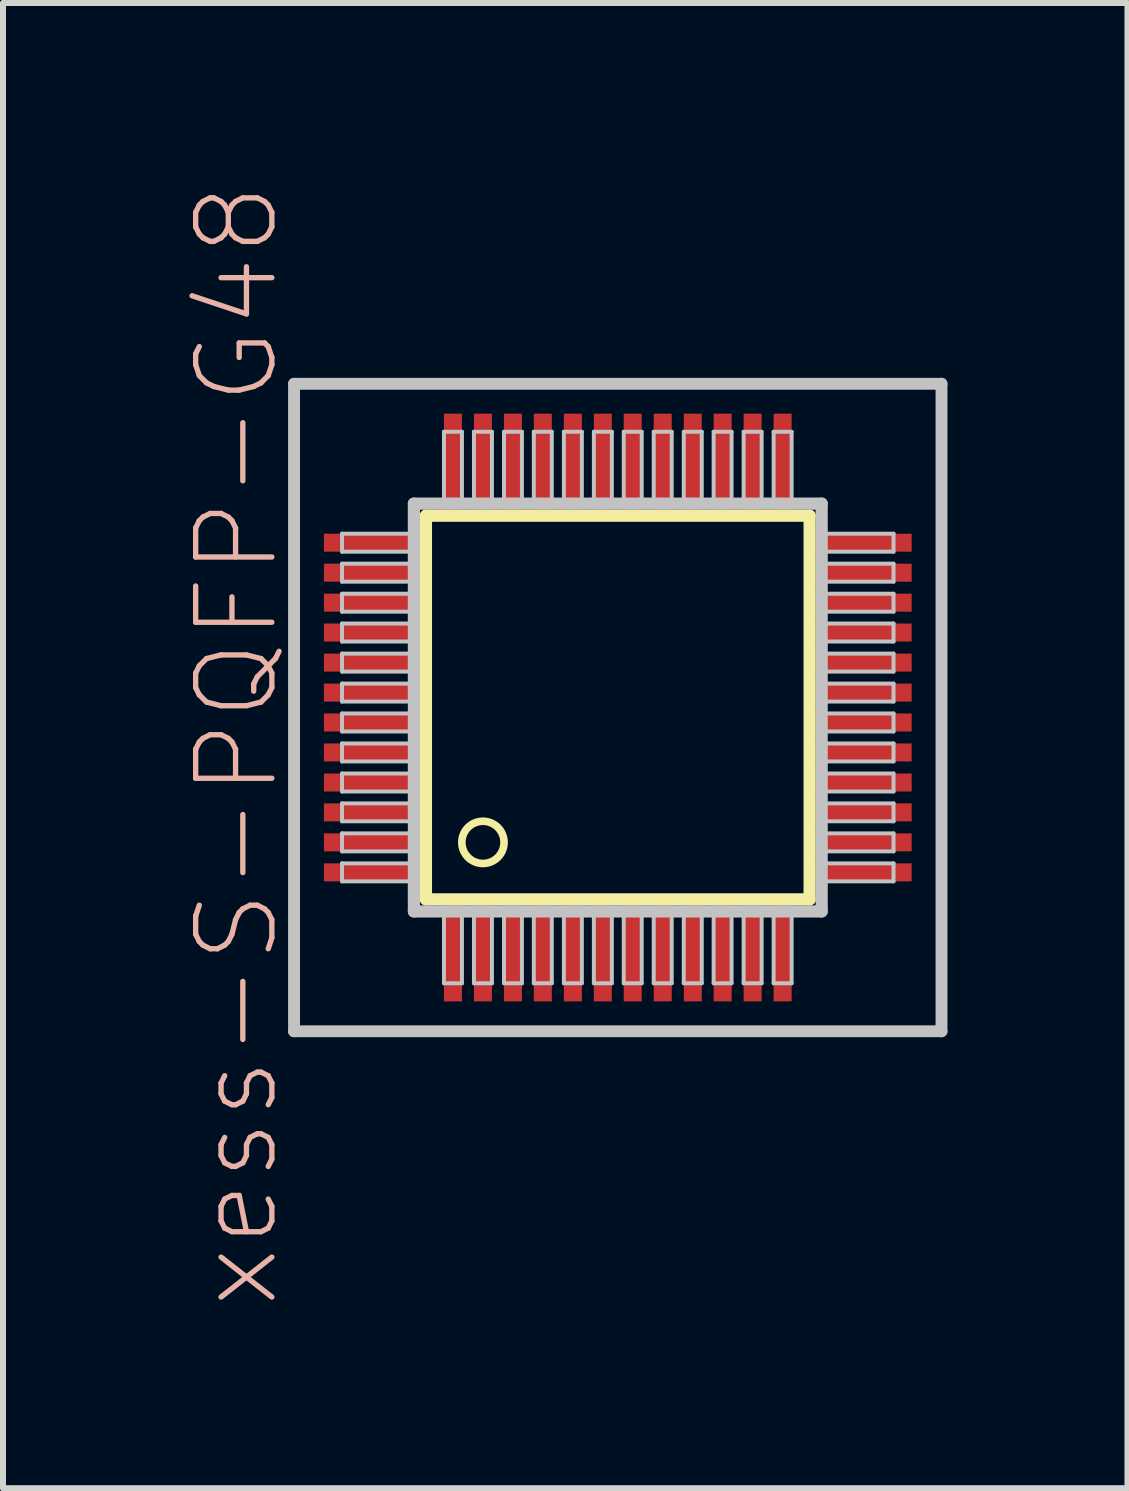
<source format=kicad_pcb>
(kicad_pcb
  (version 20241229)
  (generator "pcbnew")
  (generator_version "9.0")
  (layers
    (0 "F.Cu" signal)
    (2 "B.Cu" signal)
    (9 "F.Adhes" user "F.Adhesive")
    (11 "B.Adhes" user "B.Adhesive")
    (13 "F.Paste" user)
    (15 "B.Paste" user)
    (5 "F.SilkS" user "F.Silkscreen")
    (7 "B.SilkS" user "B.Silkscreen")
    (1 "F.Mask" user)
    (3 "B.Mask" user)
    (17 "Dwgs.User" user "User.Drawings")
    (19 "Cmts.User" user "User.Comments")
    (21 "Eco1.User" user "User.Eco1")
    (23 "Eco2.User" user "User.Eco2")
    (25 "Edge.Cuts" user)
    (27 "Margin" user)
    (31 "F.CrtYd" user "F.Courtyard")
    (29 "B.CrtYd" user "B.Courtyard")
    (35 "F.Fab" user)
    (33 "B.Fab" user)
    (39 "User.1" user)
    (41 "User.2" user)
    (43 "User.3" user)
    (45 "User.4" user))
  (footprint "xess-S-PQFP-G48"
    (layer "F.Cu")
    (at 7.249 8.745)
    (property "Reference" "xess-S-PQFP-G48" (at -6.35 0.635 90) (layer "B.SilkS") (effects (font (size 1.27 1.27) (thickness 0.089))))
    (attr smd)
    (fp_line (start -3.198 -3.198) (end 3.198 -3.198) (stroke (width 0.203) (type solid)) (layer "F.SilkS"))
    (fp_line (start -3.198 3.198) (end -3.198 -3.198) (stroke (width 0.203) (type solid)) (layer "F.SilkS"))
    (fp_line (start 3.198 -3.198) (end 3.198 3.198) (stroke (width 0.203) (type solid)) (layer "F.SilkS"))
    (fp_line (start 3.198 3.198) (end -3.198 3.198) (stroke (width 0.203) (type solid)) (layer "F.SilkS"))
    (fp_circle (center -2.248 2.248) (end -2.497 2.497) (stroke (width 0.127) (type solid)) (fill no) (layer "F.SilkS"))
    (fp_line (start -5.397 -5.397) (end 5.397 -5.397) (stroke (width 0.198) (type solid)) (layer "Dwgs.User"))
    (fp_line (start -5.397 5.397) (end -5.397 -5.397) (stroke (width 0.198) (type solid)) (layer "Dwgs.User"))
    (fp_line (start -4.597 -2.898) (end -3.449 -2.898) (stroke (width 0.066) (type solid)) (layer "Dwgs.User"))
    (fp_line (start -4.597 -2.598) (end -4.597 -2.898) (stroke (width 0.066) (type solid)) (layer "Dwgs.User"))
    (fp_line (start -4.597 -2.598) (end -3.449 -2.598) (stroke (width 0.066) (type solid)) (layer "Dwgs.User"))
    (fp_line (start -4.597 -2.398) (end -3.449 -2.398) (stroke (width 0.066) (type solid)) (layer "Dwgs.User"))
    (fp_line (start -4.597 -2.098) (end -4.597 -2.398) (stroke (width 0.066) (type solid)) (layer "Dwgs.User"))
    (fp_line (start -4.597 -2.098) (end -3.449 -2.098) (stroke (width 0.066) (type solid)) (layer "Dwgs.User"))
    (fp_line (start -4.597 -1.897) (end -3.449 -1.897) (stroke (width 0.066) (type solid)) (layer "Dwgs.User"))
    (fp_line (start -4.597 -1.598) (end -4.597 -1.897) (stroke (width 0.066) (type solid)) (layer "Dwgs.User"))
    (fp_line (start -4.597 -1.598) (end -3.449 -1.598) (stroke (width 0.066) (type solid)) (layer "Dwgs.User"))
    (fp_line (start -4.597 -1.4) (end -3.449 -1.4) (stroke (width 0.066) (type solid)) (layer "Dwgs.User"))
    (fp_line (start -4.597 -1.1) (end -4.597 -1.4) (stroke (width 0.066) (type solid)) (layer "Dwgs.User"))
    (fp_line (start -4.597 -1.1) (end -3.449 -1.1) (stroke (width 0.066) (type solid)) (layer "Dwgs.User"))
    (fp_line (start -4.597 -0.899) (end -3.449 -0.899) (stroke (width 0.066) (type solid)) (layer "Dwgs.User"))
    (fp_line (start -4.597 -0.599) (end -4.597 -0.899) (stroke (width 0.066) (type solid)) (layer "Dwgs.User"))
    (fp_line (start -4.597 -0.599) (end -3.449 -0.599) (stroke (width 0.066) (type solid)) (layer "Dwgs.User"))
    (fp_line (start -4.597 -0.399) (end -3.449 -0.399) (stroke (width 0.066) (type solid)) (layer "Dwgs.User"))
    (fp_line (start -4.597 -0.099) (end -4.597 -0.399) (stroke (width 0.066) (type solid)) (layer "Dwgs.User"))
    (fp_line (start -4.597 -0.099) (end -3.449 -0.099) (stroke (width 0.066) (type solid)) (layer "Dwgs.User"))
    (fp_line (start -4.597 0.099) (end -3.449 0.099) (stroke (width 0.066) (type solid)) (layer "Dwgs.User"))
    (fp_line (start -4.597 0.399) (end -4.597 0.099) (stroke (width 0.066) (type solid)) (layer "Dwgs.User"))
    (fp_line (start -4.597 0.399) (end -3.449 0.399) (stroke (width 0.066) (type solid)) (layer "Dwgs.User"))
    (fp_line (start -4.597 0.599) (end -3.449 0.599) (stroke (width 0.066) (type solid)) (layer "Dwgs.User"))
    (fp_line (start -4.597 0.899) (end -4.597 0.599) (stroke (width 0.066) (type solid)) (layer "Dwgs.User"))
    (fp_line (start -4.597 0.899) (end -3.449 0.899) (stroke (width 0.066) (type solid)) (layer "Dwgs.User"))
    (fp_line (start -4.597 1.1) (end -3.449 1.1) (stroke (width 0.066) (type solid)) (layer "Dwgs.User"))
    (fp_line (start -4.597 1.4) (end -4.597 1.1) (stroke (width 0.066) (type solid)) (layer "Dwgs.User"))
    (fp_line (start -4.597 1.4) (end -3.449 1.4) (stroke (width 0.066) (type solid)) (layer "Dwgs.User"))
    (fp_line (start -4.597 1.598) (end -3.449 1.598) (stroke (width 0.066) (type solid)) (layer "Dwgs.User"))
    (fp_line (start -4.597 1.897) (end -4.597 1.598) (stroke (width 0.066) (type solid)) (layer "Dwgs.User"))
    (fp_line (start -4.597 1.897) (end -3.449 1.897) (stroke (width 0.066) (type solid)) (layer "Dwgs.User"))
    (fp_line (start -4.597 2.098) (end -3.449 2.098) (stroke (width 0.066) (type solid)) (layer "Dwgs.User"))
    (fp_line (start -4.597 2.398) (end -4.597 2.098) (stroke (width 0.066) (type solid)) (layer "Dwgs.User"))
    (fp_line (start -4.597 2.398) (end -3.449 2.398) (stroke (width 0.066) (type solid)) (layer "Dwgs.User"))
    (fp_line (start -4.597 2.598) (end -3.449 2.598) (stroke (width 0.066) (type solid)) (layer "Dwgs.User"))
    (fp_line (start -4.597 2.898) (end -4.597 2.598) (stroke (width 0.066) (type solid)) (layer "Dwgs.User"))
    (fp_line (start -4.597 2.898) (end -3.449 2.898) (stroke (width 0.066) (type solid)) (layer "Dwgs.User"))
    (fp_line (start -3.449 -2.598) (end -3.449 -2.898) (stroke (width 0.066) (type solid)) (layer "Dwgs.User"))
    (fp_line (start -3.449 -2.098) (end -3.449 -2.398) (stroke (width 0.066) (type solid)) (layer "Dwgs.User"))
    (fp_line (start -3.449 -1.598) (end -3.449 -1.897) (stroke (width 0.066) (type solid)) (layer "Dwgs.User"))
    (fp_line (start -3.449 -1.1) (end -3.449 -1.4) (stroke (width 0.066) (type solid)) (layer "Dwgs.User"))
    (fp_line (start -3.449 -0.599) (end -3.449 -0.899) (stroke (width 0.066) (type solid)) (layer "Dwgs.User"))
    (fp_line (start -3.449 -0.099) (end -3.449 -0.399) (stroke (width 0.066) (type solid)) (layer "Dwgs.User"))
    (fp_line (start -3.449 0.399) (end -3.449 0.099) (stroke (width 0.066) (type solid)) (layer "Dwgs.User"))
    (fp_line (start -3.449 0.899) (end -3.449 0.599) (stroke (width 0.066) (type solid)) (layer "Dwgs.User"))
    (fp_line (start -3.449 1.4) (end -3.449 1.1) (stroke (width 0.066) (type solid)) (layer "Dwgs.User"))
    (fp_line (start -3.449 1.897) (end -3.449 1.598) (stroke (width 0.066) (type solid)) (layer "Dwgs.User"))
    (fp_line (start -3.449 2.398) (end -3.449 2.098) (stroke (width 0.066) (type solid)) (layer "Dwgs.User"))
    (fp_line (start -3.449 2.898) (end -3.449 2.598) (stroke (width 0.066) (type solid)) (layer "Dwgs.User"))
    (fp_line (start -3.399 -3.399) (end -3.399 3.399) (stroke (width 0.203) (type solid)) (layer "Dwgs.User"))
    (fp_line (start -3.399 3.399) (end 3.399 3.399) (stroke (width 0.203) (type solid)) (layer "Dwgs.User"))
    (fp_line (start -2.898 -4.597) (end -2.598 -4.597) (stroke (width 0.066) (type solid)) (layer "Dwgs.User"))
    (fp_line (start -2.898 -3.449) (end -2.898 -4.597) (stroke (width 0.066) (type solid)) (layer "Dwgs.User"))
    (fp_line (start -2.898 -3.449) (end -2.598 -3.449) (stroke (width 0.066) (type solid)) (layer "Dwgs.User"))
    (fp_line (start -2.898 3.449) (end -2.598 3.449) (stroke (width 0.066) (type solid)) (layer "Dwgs.User"))
    (fp_line (start -2.898 4.597) (end -2.898 3.449) (stroke (width 0.066) (type solid)) (layer "Dwgs.User"))
    (fp_line (start -2.898 4.597) (end -2.598 4.597) (stroke (width 0.066) (type solid)) (layer "Dwgs.User"))
    (fp_line (start -2.598 -3.449) (end -2.598 -4.597) (stroke (width 0.066) (type solid)) (layer "Dwgs.User"))
    (fp_line (start -2.598 4.597) (end -2.598 3.449) (stroke (width 0.066) (type solid)) (layer "Dwgs.User"))
    (fp_line (start -2.398 -4.597) (end -2.098 -4.597) (stroke (width 0.066) (type solid)) (layer "Dwgs.User"))
    (fp_line (start -2.398 -3.449) (end -2.398 -4.597) (stroke (width 0.066) (type solid)) (layer "Dwgs.User"))
    (fp_line (start -2.398 -3.449) (end -2.098 -3.449) (stroke (width 0.066) (type solid)) (layer "Dwgs.User"))
    (fp_line (start -2.398 3.449) (end -2.098 3.449) (stroke (width 0.066) (type solid)) (layer "Dwgs.User"))
    (fp_line (start -2.398 4.597) (end -2.398 3.449) (stroke (width 0.066) (type solid)) (layer "Dwgs.User"))
    (fp_line (start -2.398 4.597) (end -2.098 4.597) (stroke (width 0.066) (type solid)) (layer "Dwgs.User"))
    (fp_line (start -2.098 -3.449) (end -2.098 -4.597) (stroke (width 0.066) (type solid)) (layer "Dwgs.User"))
    (fp_line (start -2.098 4.597) (end -2.098 3.449) (stroke (width 0.066) (type solid)) (layer "Dwgs.User"))
    (fp_line (start -1.897 -4.597) (end -1.598 -4.597) (stroke (width 0.066) (type solid)) (layer "Dwgs.User"))
    (fp_line (start -1.897 -3.449) (end -1.897 -4.597) (stroke (width 0.066) (type solid)) (layer "Dwgs.User"))
    (fp_line (start -1.897 -3.449) (end -1.598 -3.449) (stroke (width 0.066) (type solid)) (layer "Dwgs.User"))
    (fp_line (start -1.897 3.449) (end -1.598 3.449) (stroke (width 0.066) (type solid)) (layer "Dwgs.User"))
    (fp_line (start -1.897 4.597) (end -1.897 3.449) (stroke (width 0.066) (type solid)) (layer "Dwgs.User"))
    (fp_line (start -1.897 4.597) (end -1.598 4.597) (stroke (width 0.066) (type solid)) (layer "Dwgs.User"))
    (fp_line (start -1.598 -3.449) (end -1.598 -4.597) (stroke (width 0.066) (type solid)) (layer "Dwgs.User"))
    (fp_line (start -1.598 4.597) (end -1.598 3.449) (stroke (width 0.066) (type solid)) (layer "Dwgs.User"))
    (fp_line (start -1.4 -4.597) (end -1.1 -4.597) (stroke (width 0.066) (type solid)) (layer "Dwgs.User"))
    (fp_line (start -1.4 -3.449) (end -1.4 -4.597) (stroke (width 0.066) (type solid)) (layer "Dwgs.User"))
    (fp_line (start -1.4 -3.449) (end -1.1 -3.449) (stroke (width 0.066) (type solid)) (layer "Dwgs.User"))
    (fp_line (start -1.4 3.449) (end -1.1 3.449) (stroke (width 0.066) (type solid)) (layer "Dwgs.User"))
    (fp_line (start -1.4 4.597) (end -1.4 3.449) (stroke (width 0.066) (type solid)) (layer "Dwgs.User"))
    (fp_line (start -1.4 4.597) (end -1.1 4.597) (stroke (width 0.066) (type solid)) (layer "Dwgs.User"))
    (fp_line (start -1.1 -3.449) (end -1.1 -4.597) (stroke (width 0.066) (type solid)) (layer "Dwgs.User"))
    (fp_line (start -1.1 4.597) (end -1.1 3.449) (stroke (width 0.066) (type solid)) (layer "Dwgs.User"))
    (fp_line (start -0.899 -4.597) (end -0.599 -4.597) (stroke (width 0.066) (type solid)) (layer "Dwgs.User"))
    (fp_line (start -0.899 -3.449) (end -0.899 -4.597) (stroke (width 0.066) (type solid)) (layer "Dwgs.User"))
    (fp_line (start -0.899 -3.449) (end -0.599 -3.449) (stroke (width 0.066) (type solid)) (layer "Dwgs.User"))
    (fp_line (start -0.899 3.449) (end -0.599 3.449) (stroke (width 0.066) (type solid)) (layer "Dwgs.User"))
    (fp_line (start -0.899 4.597) (end -0.899 3.449) (stroke (width 0.066) (type solid)) (layer "Dwgs.User"))
    (fp_line (start -0.899 4.597) (end -0.599 4.597) (stroke (width 0.066) (type solid)) (layer "Dwgs.User"))
    (fp_line (start -0.599 -3.449) (end -0.599 -4.597) (stroke (width 0.066) (type solid)) (layer "Dwgs.User"))
    (fp_line (start -0.599 4.597) (end -0.599 3.449) (stroke (width 0.066) (type solid)) (layer "Dwgs.User"))
    (fp_line (start -0.399 -4.597) (end -0.099 -4.597) (stroke (width 0.066) (type solid)) (layer "Dwgs.User"))
    (fp_line (start -0.399 -3.449) (end -0.399 -4.597) (stroke (width 0.066) (type solid)) (layer "Dwgs.User"))
    (fp_line (start -0.399 -3.449) (end -0.099 -3.449) (stroke (width 0.066) (type solid)) (layer "Dwgs.User"))
    (fp_line (start -0.399 3.449) (end -0.099 3.449) (stroke (width 0.066) (type solid)) (layer "Dwgs.User"))
    (fp_line (start -0.399 4.597) (end -0.399 3.449) (stroke (width 0.066) (type solid)) (layer "Dwgs.User"))
    (fp_line (start -0.399 4.597) (end -0.099 4.597) (stroke (width 0.066) (type solid)) (layer "Dwgs.User"))
    (fp_line (start -0.099 -3.449) (end -0.099 -4.597) (stroke (width 0.066) (type solid)) (layer "Dwgs.User"))
    (fp_line (start -0.099 4.597) (end -0.099 3.449) (stroke (width 0.066) (type solid)) (layer "Dwgs.User"))
    (fp_line (start 0.099 -4.597) (end 0.399 -4.597) (stroke (width 0.066) (type solid)) (layer "Dwgs.User"))
    (fp_line (start 0.099 -3.449) (end 0.099 -4.597) (stroke (width 0.066) (type solid)) (layer "Dwgs.User"))
    (fp_line (start 0.099 -3.449) (end 0.399 -3.449) (stroke (width 0.066) (type solid)) (layer "Dwgs.User"))
    (fp_line (start 0.099 3.449) (end 0.399 3.449) (stroke (width 0.066) (type solid)) (layer "Dwgs.User"))
    (fp_line (start 0.099 4.597) (end 0.099 3.449) (stroke (width 0.066) (type solid)) (layer "Dwgs.User"))
    (fp_line (start 0.099 4.597) (end 0.399 4.597) (stroke (width 0.066) (type solid)) (layer "Dwgs.User"))
    (fp_line (start 0.399 -3.449) (end 0.399 -4.597) (stroke (width 0.066) (type solid)) (layer "Dwgs.User"))
    (fp_line (start 0.399 4.597) (end 0.399 3.449) (stroke (width 0.066) (type solid)) (layer "Dwgs.User"))
    (fp_line (start 0.599 -4.597) (end 0.899 -4.597) (stroke (width 0.066) (type solid)) (layer "Dwgs.User"))
    (fp_line (start 0.599 -3.449) (end 0.599 -4.597) (stroke (width 0.066) (type solid)) (layer "Dwgs.User"))
    (fp_line (start 0.599 -3.449) (end 0.899 -3.449) (stroke (width 0.066) (type solid)) (layer "Dwgs.User"))
    (fp_line (start 0.599 3.449) (end 0.899 3.449) (stroke (width 0.066) (type solid)) (layer "Dwgs.User"))
    (fp_line (start 0.599 4.597) (end 0.599 3.449) (stroke (width 0.066) (type solid)) (layer "Dwgs.User"))
    (fp_line (start 0.599 4.597) (end 0.899 4.597) (stroke (width 0.066) (type solid)) (layer "Dwgs.User"))
    (fp_line (start 0.899 -3.449) (end 0.899 -4.597) (stroke (width 0.066) (type solid)) (layer "Dwgs.User"))
    (fp_line (start 0.899 4.597) (end 0.899 3.449) (stroke (width 0.066) (type solid)) (layer "Dwgs.User"))
    (fp_line (start 1.1 -4.597) (end 1.4 -4.597) (stroke (width 0.066) (type solid)) (layer "Dwgs.User"))
    (fp_line (start 1.1 -3.449) (end 1.1 -4.597) (stroke (width 0.066) (type solid)) (layer "Dwgs.User"))
    (fp_line (start 1.1 -3.449) (end 1.4 -3.449) (stroke (width 0.066) (type solid)) (layer "Dwgs.User"))
    (fp_line (start 1.1 3.449) (end 1.4 3.449) (stroke (width 0.066) (type solid)) (layer "Dwgs.User"))
    (fp_line (start 1.1 4.597) (end 1.1 3.449) (stroke (width 0.066) (type solid)) (layer "Dwgs.User"))
    (fp_line (start 1.1 4.597) (end 1.4 4.597) (stroke (width 0.066) (type solid)) (layer "Dwgs.User"))
    (fp_line (start 1.4 -3.449) (end 1.4 -4.597) (stroke (width 0.066) (type solid)) (layer "Dwgs.User"))
    (fp_line (start 1.4 4.597) (end 1.4 3.449) (stroke (width 0.066) (type solid)) (layer "Dwgs.User"))
    (fp_line (start 1.598 -4.597) (end 1.897 -4.597) (stroke (width 0.066) (type solid)) (layer "Dwgs.User"))
    (fp_line (start 1.598 -3.449) (end 1.598 -4.597) (stroke (width 0.066) (type solid)) (layer "Dwgs.User"))
    (fp_line (start 1.598 -3.449) (end 1.897 -3.449) (stroke (width 0.066) (type solid)) (layer "Dwgs.User"))
    (fp_line (start 1.598 3.449) (end 1.897 3.449) (stroke (width 0.066) (type solid)) (layer "Dwgs.User"))
    (fp_line (start 1.598 4.597) (end 1.598 3.449) (stroke (width 0.066) (type solid)) (layer "Dwgs.User"))
    (fp_line (start 1.598 4.597) (end 1.897 4.597) (stroke (width 0.066) (type solid)) (layer "Dwgs.User"))
    (fp_line (start 1.897 -3.449) (end 1.897 -4.597) (stroke (width 0.066) (type solid)) (layer "Dwgs.User"))
    (fp_line (start 1.897 4.597) (end 1.897 3.449) (stroke (width 0.066) (type solid)) (layer "Dwgs.User"))
    (fp_line (start 2.098 -4.597) (end 2.398 -4.597) (stroke (width 0.066) (type solid)) (layer "Dwgs.User"))
    (fp_line (start 2.098 -3.449) (end 2.098 -4.597) (stroke (width 0.066) (type solid)) (layer "Dwgs.User"))
    (fp_line (start 2.098 -3.449) (end 2.398 -3.449) (stroke (width 0.066) (type solid)) (layer "Dwgs.User"))
    (fp_line (start 2.098 3.449) (end 2.398 3.449) (stroke (width 0.066) (type solid)) (layer "Dwgs.User"))
    (fp_line (start 2.098 4.597) (end 2.098 3.449) (stroke (width 0.066) (type solid)) (layer "Dwgs.User"))
    (fp_line (start 2.098 4.597) (end 2.398 4.597) (stroke (width 0.066) (type solid)) (layer "Dwgs.User"))
    (fp_line (start 2.398 -3.449) (end 2.398 -4.597) (stroke (width 0.066) (type solid)) (layer "Dwgs.User"))
    (fp_line (start 2.398 4.597) (end 2.398 3.449) (stroke (width 0.066) (type solid)) (layer "Dwgs.User"))
    (fp_line (start 2.598 -4.597) (end 2.898 -4.597) (stroke (width 0.066) (type solid)) (layer "Dwgs.User"))
    (fp_line (start 2.598 -3.449) (end 2.598 -4.597) (stroke (width 0.066) (type solid)) (layer "Dwgs.User"))
    (fp_line (start 2.598 -3.449) (end 2.898 -3.449) (stroke (width 0.066) (type solid)) (layer "Dwgs.User"))
    (fp_line (start 2.598 3.449) (end 2.898 3.449) (stroke (width 0.066) (type solid)) (layer "Dwgs.User"))
    (fp_line (start 2.598 4.597) (end 2.598 3.449) (stroke (width 0.066) (type solid)) (layer "Dwgs.User"))
    (fp_line (start 2.598 4.597) (end 2.898 4.597) (stroke (width 0.066) (type solid)) (layer "Dwgs.User"))
    (fp_line (start 2.898 -3.449) (end 2.898 -4.597) (stroke (width 0.066) (type solid)) (layer "Dwgs.User"))
    (fp_line (start 2.898 4.597) (end 2.898 3.449) (stroke (width 0.066) (type solid)) (layer "Dwgs.User"))
    (fp_line (start 3.399 -3.399) (end -3.399 -3.399) (stroke (width 0.203) (type solid)) (layer "Dwgs.User"))
    (fp_line (start 3.399 3.399) (end 3.399 -3.399) (stroke (width 0.203) (type solid)) (layer "Dwgs.User"))
    (fp_line (start 3.449 -2.898) (end 4.597 -2.898) (stroke (width 0.066) (type solid)) (layer "Dwgs.User"))
    (fp_line (start 3.449 -2.598) (end 3.449 -2.898) (stroke (width 0.066) (type solid)) (layer "Dwgs.User"))
    (fp_line (start 3.449 -2.598) (end 4.597 -2.598) (stroke (width 0.066) (type solid)) (layer "Dwgs.User"))
    (fp_line (start 3.449 -2.398) (end 4.597 -2.398) (stroke (width 0.066) (type solid)) (layer "Dwgs.User"))
    (fp_line (start 3.449 -2.098) (end 3.449 -2.398) (stroke (width 0.066) (type solid)) (layer "Dwgs.User"))
    (fp_line (start 3.449 -2.098) (end 4.597 -2.098) (stroke (width 0.066) (type solid)) (layer "Dwgs.User"))
    (fp_line (start 3.449 -1.897) (end 4.597 -1.897) (stroke (width 0.066) (type solid)) (layer "Dwgs.User"))
    (fp_line (start 3.449 -1.598) (end 3.449 -1.897) (stroke (width 0.066) (type solid)) (layer "Dwgs.User"))
    (fp_line (start 3.449 -1.598) (end 4.597 -1.598) (stroke (width 0.066) (type solid)) (layer "Dwgs.User"))
    (fp_line (start 3.449 -1.4) (end 4.597 -1.4) (stroke (width 0.066) (type solid)) (layer "Dwgs.User"))
    (fp_line (start 3.449 -1.1) (end 3.449 -1.4) (stroke (width 0.066) (type solid)) (layer "Dwgs.User"))
    (fp_line (start 3.449 -1.1) (end 4.597 -1.1) (stroke (width 0.066) (type solid)) (layer "Dwgs.User"))
    (fp_line (start 3.449 -0.899) (end 4.597 -0.899) (stroke (width 0.066) (type solid)) (layer "Dwgs.User"))
    (fp_line (start 3.449 -0.599) (end 3.449 -0.899) (stroke (width 0.066) (type solid)) (layer "Dwgs.User"))
    (fp_line (start 3.449 -0.599) (end 4.597 -0.599) (stroke (width 0.066) (type solid)) (layer "Dwgs.User"))
    (fp_line (start 3.449 -0.399) (end 4.597 -0.399) (stroke (width 0.066) (type solid)) (layer "Dwgs.User"))
    (fp_line (start 3.449 -0.099) (end 3.449 -0.399) (stroke (width 0.066) (type solid)) (layer "Dwgs.User"))
    (fp_line (start 3.449 -0.099) (end 4.597 -0.099) (stroke (width 0.066) (type solid)) (layer "Dwgs.User"))
    (fp_line (start 3.449 0.099) (end 4.597 0.099) (stroke (width 0.066) (type solid)) (layer "Dwgs.User"))
    (fp_line (start 3.449 0.399) (end 3.449 0.099) (stroke (width 0.066) (type solid)) (layer "Dwgs.User"))
    (fp_line (start 3.449 0.399) (end 4.597 0.399) (stroke (width 0.066) (type solid)) (layer "Dwgs.User"))
    (fp_line (start 3.449 0.599) (end 4.597 0.599) (stroke (width 0.066) (type solid)) (layer "Dwgs.User"))
    (fp_line (start 3.449 0.899) (end 3.449 0.599) (stroke (width 0.066) (type solid)) (layer "Dwgs.User"))
    (fp_line (start 3.449 0.899) (end 4.597 0.899) (stroke (width 0.066) (type solid)) (layer "Dwgs.User"))
    (fp_line (start 3.449 1.1) (end 4.597 1.1) (stroke (width 0.066) (type solid)) (layer "Dwgs.User"))
    (fp_line (start 3.449 1.4) (end 3.449 1.1) (stroke (width 0.066) (type solid)) (layer "Dwgs.User"))
    (fp_line (start 3.449 1.4) (end 4.597 1.4) (stroke (width 0.066) (type solid)) (layer "Dwgs.User"))
    (fp_line (start 3.449 1.598) (end 4.597 1.598) (stroke (width 0.066) (type solid)) (layer "Dwgs.User"))
    (fp_line (start 3.449 1.897) (end 3.449 1.598) (stroke (width 0.066) (type solid)) (layer "Dwgs.User"))
    (fp_line (start 3.449 1.897) (end 4.597 1.897) (stroke (width 0.066) (type solid)) (layer "Dwgs.User"))
    (fp_line (start 3.449 2.098) (end 4.597 2.098) (stroke (width 0.066) (type solid)) (layer "Dwgs.User"))
    (fp_line (start 3.449 2.398) (end 3.449 2.098) (stroke (width 0.066) (type solid)) (layer "Dwgs.User"))
    (fp_line (start 3.449 2.398) (end 4.597 2.398) (stroke (width 0.066) (type solid)) (layer "Dwgs.User"))
    (fp_line (start 3.449 2.598) (end 4.597 2.598) (stroke (width 0.066) (type solid)) (layer "Dwgs.User"))
    (fp_line (start 3.449 2.898) (end 3.449 2.598) (stroke (width 0.066) (type solid)) (layer "Dwgs.User"))
    (fp_line (start 3.449 2.898) (end 4.597 2.898) (stroke (width 0.066) (type solid)) (layer "Dwgs.User"))
    (fp_line (start 4.597 -2.598) (end 4.597 -2.898) (stroke (width 0.066) (type solid)) (layer "Dwgs.User"))
    (fp_line (start 4.597 -2.098) (end 4.597 -2.398) (stroke (width 0.066) (type solid)) (layer "Dwgs.User"))
    (fp_line (start 4.597 -1.598) (end 4.597 -1.897) (stroke (width 0.066) (type solid)) (layer "Dwgs.User"))
    (fp_line (start 4.597 -1.1) (end 4.597 -1.4) (stroke (width 0.066) (type solid)) (layer "Dwgs.User"))
    (fp_line (start 4.597 -0.599) (end 4.597 -0.899) (stroke (width 0.066) (type solid)) (layer "Dwgs.User"))
    (fp_line (start 4.597 -0.099) (end 4.597 -0.399) (stroke (width 0.066) (type solid)) (layer "Dwgs.User"))
    (fp_line (start 4.597 0.399) (end 4.597 0.099) (stroke (width 0.066) (type solid)) (layer "Dwgs.User"))
    (fp_line (start 4.597 0.899) (end 4.597 0.599) (stroke (width 0.066) (type solid)) (layer "Dwgs.User"))
    (fp_line (start 4.597 1.4) (end 4.597 1.1) (stroke (width 0.066) (type solid)) (layer "Dwgs.User"))
    (fp_line (start 4.597 1.897) (end 4.597 1.598) (stroke (width 0.066) (type solid)) (layer "Dwgs.User"))
    (fp_line (start 4.597 2.398) (end 4.597 2.098) (stroke (width 0.066) (type solid)) (layer "Dwgs.User"))
    (fp_line (start 4.597 2.898) (end 4.597 2.598) (stroke (width 0.066) (type solid)) (layer "Dwgs.User"))
    (fp_line (start 5.397 -5.397) (end 5.397 5.397) (stroke (width 0.198) (type solid)) (layer "Dwgs.User"))
    (fp_line (start 5.397 5.397) (end -5.397 5.397) (stroke (width 0.198) (type solid)) (layer "Dwgs.User"))
    (pad "1" smd rect (at -2.748 4.1) (size 0.3 1.598) (layers "F.Cu" "F.Mask" "F.Paste"))
    (pad "2" smd rect (at -2.248 4.1) (size 0.3 1.598) (layers "F.Cu" "F.Mask" "F.Paste"))
    (pad "3" smd rect (at -1.748 4.1) (size 0.3 1.598) (layers "F.Cu" "F.Mask" "F.Paste"))
    (pad "4" smd rect (at -1.25 4.1) (size 0.3 1.598) (layers "F.Cu" "F.Mask" "F.Paste"))
    (pad "5" smd rect (at -0.749 4.1) (size 0.3 1.598) (layers "F.Cu" "F.Mask" "F.Paste"))
    (pad "6" smd rect (at -0.249 4.1) (size 0.3 1.598) (layers "F.Cu" "F.Mask" "F.Paste"))
    (pad "7" smd rect (at 0.249 4.1) (size 0.3 1.598) (layers "F.Cu" "F.Mask" "F.Paste"))
    (pad "8" smd rect (at 0.749 4.1) (size 0.3 1.598) (layers "F.Cu" "F.Mask" "F.Paste"))
    (pad "9" smd rect (at 1.25 4.1) (size 0.3 1.598) (layers "F.Cu" "F.Mask" "F.Paste"))
    (pad "10" smd rect (at 1.748 4.1) (size 0.3 1.598) (layers "F.Cu" "F.Mask" "F.Paste"))
    (pad "11" smd rect (at 2.248 4.1) (size 0.3 1.598) (layers "F.Cu" "F.Mask" "F.Paste"))
    (pad "12" smd rect (at 2.748 4.1) (size 0.3 1.598) (layers "F.Cu" "F.Mask" "F.Paste"))
    (pad "13" smd rect (at 4.1 2.748) (size 1.598 0.3) (layers "F.Cu" "F.Mask" "F.Paste"))
    (pad "14" smd rect (at 4.1 2.248) (size 1.598 0.3) (layers "F.Cu" "F.Mask" "F.Paste"))
    (pad "15" smd rect (at 4.1 1.748) (size 1.598 0.3) (layers "F.Cu" "F.Mask" "F.Paste"))
    (pad "16" smd rect (at 4.1 1.25) (size 1.598 0.3) (layers "F.Cu" "F.Mask" "F.Paste"))
    (pad "17" smd rect (at 4.1 0.749) (size 1.598 0.3) (layers "F.Cu" "F.Mask" "F.Paste"))
    (pad "18" smd rect (at 4.1 0.249) (size 1.598 0.3) (layers "F.Cu" "F.Mask" "F.Paste"))
    (pad "19" smd rect (at 4.1 -0.249) (size 1.598 0.3) (layers "F.Cu" "F.Mask" "F.Paste"))
    (pad "20" smd rect (at 4.1 -0.749) (size 1.598 0.3) (layers "F.Cu" "F.Mask" "F.Paste"))
    (pad "21" smd rect (at 4.1 -1.25) (size 1.598 0.3) (layers "F.Cu" "F.Mask" "F.Paste"))
    (pad "22" smd rect (at 4.1 -1.748) (size 1.598 0.3) (layers "F.Cu" "F.Mask" "F.Paste"))
    (pad "23" smd rect (at 4.1 -2.248) (size 1.598 0.3) (layers "F.Cu" "F.Mask" "F.Paste"))
    (pad "24" smd rect (at 4.1 -2.748) (size 1.598 0.3) (layers "F.Cu" "F.Mask" "F.Paste"))
    (pad "25" smd rect (at 2.748 -4.1) (size 0.3 1.598) (layers "F.Cu" "F.Mask" "F.Paste"))
    (pad "26" smd rect (at 2.248 -4.1) (size 0.3 1.598) (layers "F.Cu" "F.Mask" "F.Paste"))
    (pad "27" smd rect (at 1.748 -4.1) (size 0.3 1.598) (layers "F.Cu" "F.Mask" "F.Paste"))
    (pad "28" smd rect (at 1.25 -4.1) (size 0.3 1.598) (layers "F.Cu" "F.Mask" "F.Paste"))
    (pad "29" smd rect (at 0.749 -4.1) (size 0.3 1.598) (layers "F.Cu" "F.Mask" "F.Paste"))
    (pad "30" smd rect (at 0.249 -4.1) (size 0.3 1.598) (layers "F.Cu" "F.Mask" "F.Paste"))
    (pad "31" smd rect (at -0.249 -4.1) (size 0.3 1.598) (layers "F.Cu" "F.Mask" "F.Paste"))
    (pad "32" smd rect (at -0.749 -4.1) (size 0.3 1.598) (layers "F.Cu" "F.Mask" "F.Paste"))
    (pad "33" smd rect (at -1.25 -4.1) (size 0.3 1.598) (layers "F.Cu" "F.Mask" "F.Paste"))
    (pad "34" smd rect (at -1.748 -4.1) (size 0.3 1.598) (layers "F.Cu" "F.Mask" "F.Paste"))
    (pad "35" smd rect (at -2.248 -4.1) (size 0.3 1.598) (layers "F.Cu" "F.Mask" "F.Paste"))
    (pad "36" smd rect (at -2.748 -4.1) (size 0.3 1.598) (layers "F.Cu" "F.Mask" "F.Paste"))
    (pad "37" smd rect (at -4.1 -2.748) (size 1.598 0.3) (layers "F.Cu" "F.Mask" "F.Paste"))
    (pad "38" smd rect (at -4.1 -2.248) (size 1.598 0.3) (layers "F.Cu" "F.Mask" "F.Paste"))
    (pad "39" smd rect (at -4.1 -1.748) (size 1.598 0.3) (layers "F.Cu" "F.Mask" "F.Paste"))
    (pad "40" smd rect (at -4.1 -1.25) (size 1.598 0.3) (layers "F.Cu" "F.Mask" "F.Paste"))
    (pad "41" smd rect (at -4.1 -0.749) (size 1.598 0.3) (layers "F.Cu" "F.Mask" "F.Paste"))
    (pad "42" smd rect (at -4.1 -0.249) (size 1.598 0.3) (layers "F.Cu" "F.Mask" "F.Paste"))
    (pad "43" smd rect (at -4.1 0.249) (size 1.598 0.3) (layers "F.Cu" "F.Mask" "F.Paste"))
    (pad "44" smd rect (at -4.1 0.749) (size 1.598 0.3) (layers "F.Cu" "F.Mask" "F.Paste"))
    (pad "45" smd rect (at -4.1 1.25) (size 1.598 0.3) (layers "F.Cu" "F.Mask" "F.Paste"))
    (pad "46" smd rect (at -4.1 1.748) (size 1.598 0.3) (layers "F.Cu" "F.Mask" "F.Paste"))
    (pad "47" smd rect (at -4.1 2.248) (size 1.598 0.3) (layers "F.Cu" "F.Mask" "F.Paste"))
    (pad "48" smd rect (at -4.1 2.748) (size 1.598 0.3) (layers "F.Cu" "F.Mask" "F.Paste")))
  (gr_rect
    (start -3 -3)
    (end 15.746 21.76)
    (stroke (width 0.1) (type default))
    (fill no)
    (layer "Edge.Cuts")))
</source>
